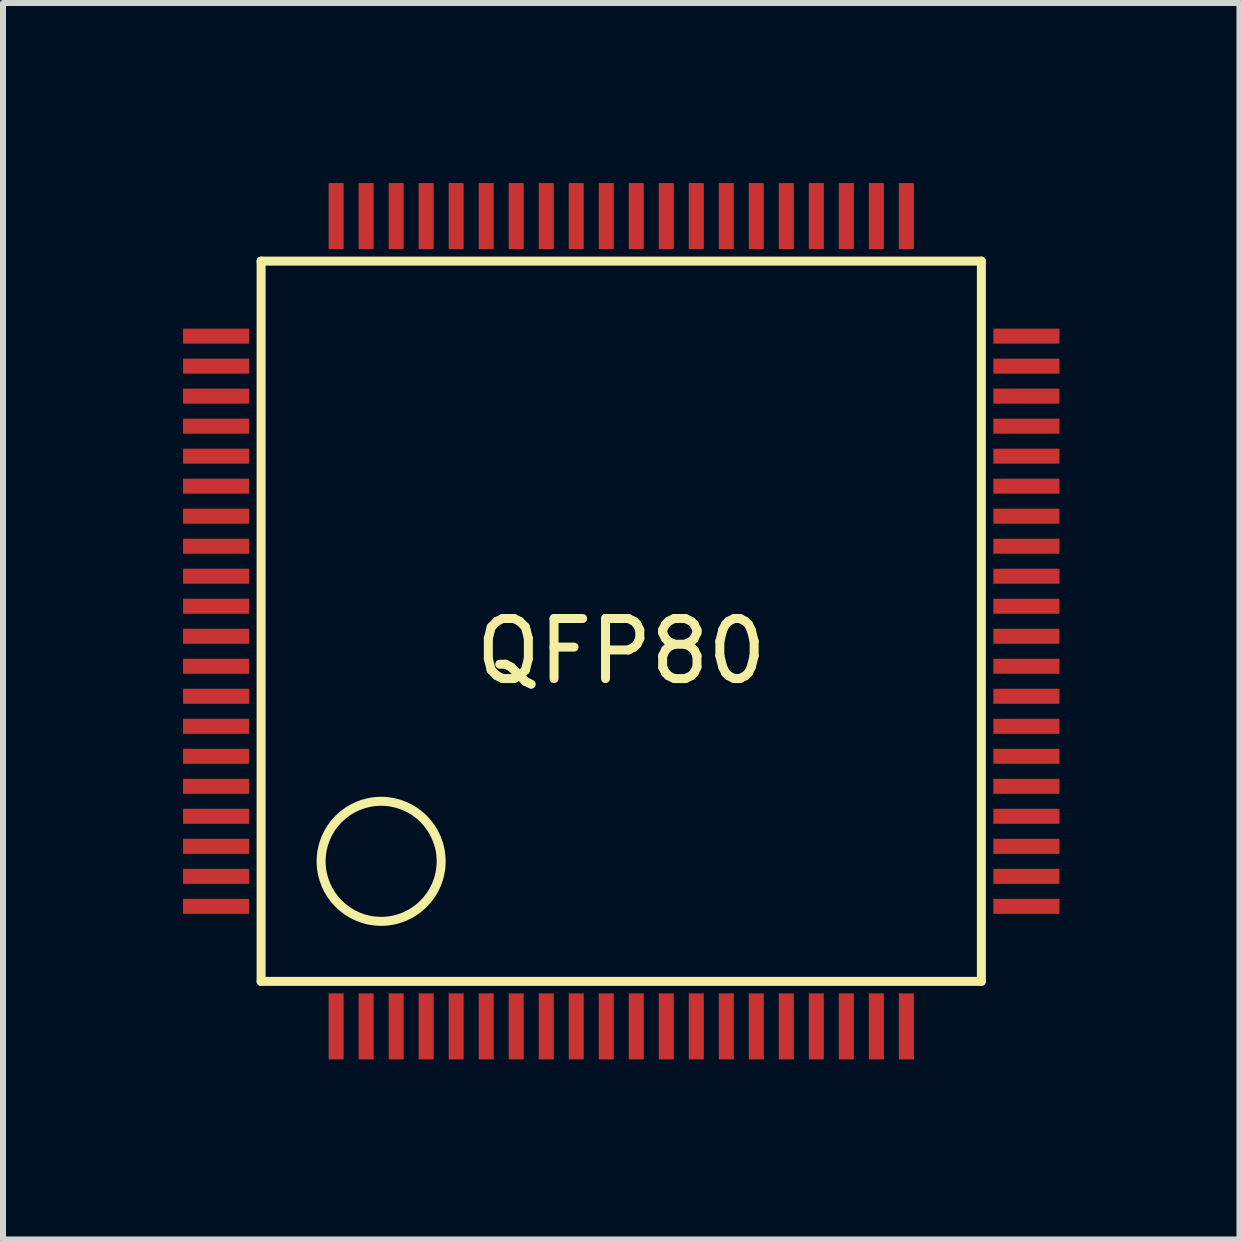
<source format=kicad_pcb>
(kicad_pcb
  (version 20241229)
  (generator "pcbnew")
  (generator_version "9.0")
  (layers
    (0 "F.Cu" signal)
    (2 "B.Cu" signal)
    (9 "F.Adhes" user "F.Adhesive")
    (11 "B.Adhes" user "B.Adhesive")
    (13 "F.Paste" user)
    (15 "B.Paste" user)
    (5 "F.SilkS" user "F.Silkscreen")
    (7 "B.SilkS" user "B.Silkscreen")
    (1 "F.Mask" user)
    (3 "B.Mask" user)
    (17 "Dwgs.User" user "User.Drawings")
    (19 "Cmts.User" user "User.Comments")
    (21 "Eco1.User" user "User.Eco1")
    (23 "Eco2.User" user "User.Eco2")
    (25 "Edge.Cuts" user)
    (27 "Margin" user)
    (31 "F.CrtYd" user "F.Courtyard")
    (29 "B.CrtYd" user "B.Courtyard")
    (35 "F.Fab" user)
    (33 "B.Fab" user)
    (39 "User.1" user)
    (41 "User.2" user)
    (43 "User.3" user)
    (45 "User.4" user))
  (footprint "QFP80"
    (layer "F.Cu")
    (at 7.3 7.3)
    (property "Reference" "QFP80" (at 0 0.5 0) (layer "F.SilkS") (effects (font (size 1 1) (thickness 0.15))))
    (attr through_hole)
    (fp_line (start -6 -6) (end 6 -6) (stroke (width 0.15) (type solid)) (layer "F.SilkS"))
    (fp_line (start -6 6) (end -6 -6) (stroke (width 0.15) (type solid)) (layer "F.SilkS"))
    (fp_line (start 6 -6) (end 6 6) (stroke (width 0.15) (type solid)) (layer "F.SilkS"))
    (fp_line (start 6 6) (end -6 6) (stroke (width 0.15) (type solid)) (layer "F.SilkS"))
    (fp_circle (center -4 4) (end -3 4) (stroke (width 0.15) (type solid)) (fill no) (layer "F.SilkS"))
    (pad "1" smd rect (at -4.75 6.75) (size 0.25 1.1) (layers "F.Cu" "F.Mask" "F.Paste"))
    (pad "2" smd rect (at -4.25 6.75) (size 0.25 1.1) (layers "F.Cu" "F.Mask" "F.Paste"))
    (pad "3" smd rect (at -3.75 6.75) (size 0.25 1.1) (layers "F.Cu" "F.Mask" "F.Paste"))
    (pad "4" smd rect (at -3.25 6.75) (size 0.25 1.1) (layers "F.Cu" "F.Mask" "F.Paste"))
    (pad "5" smd rect (at -2.75 6.75) (size 0.25 1.1) (layers "F.Cu" "F.Mask" "F.Paste"))
    (pad "6" smd rect (at -2.25 6.75) (size 0.25 1.1) (layers "F.Cu" "F.Mask" "F.Paste"))
    (pad "7" smd rect (at -1.75 6.75) (size 0.25 1.1) (layers "F.Cu" "F.Mask" "F.Paste"))
    (pad "8" smd rect (at -1.25 6.75) (size 0.25 1.1) (layers "F.Cu" "F.Mask" "F.Paste"))
    (pad "9" smd rect (at -0.75 6.75) (size 0.25 1.1) (layers "F.Cu" "F.Mask" "F.Paste"))
    (pad "10" smd rect (at -0.25 6.75) (size 0.25 1.1) (layers "F.Cu" "F.Mask" "F.Paste"))
    (pad "11" smd rect (at 0.25 6.75) (size 0.25 1.1) (layers "F.Cu" "F.Mask" "F.Paste"))
    (pad "12" smd rect (at 0.75 6.75) (size 0.25 1.1) (layers "F.Cu" "F.Mask" "F.Paste"))
    (pad "13" smd rect (at 1.25 6.75) (size 0.25 1.1) (layers "F.Cu" "F.Mask" "F.Paste"))
    (pad "14" smd rect (at 1.75 6.75) (size 0.25 1.1) (layers "F.Cu" "F.Mask" "F.Paste"))
    (pad "15" smd rect (at 2.25 6.75) (size 0.25 1.1) (layers "F.Cu" "F.Mask" "F.Paste"))
    (pad "16" smd rect (at 2.75 6.75) (size 0.25 1.1) (layers "F.Cu" "F.Mask" "F.Paste"))
    (pad "17" smd rect (at 3.25 6.75) (size 0.25 1.1) (layers "F.Cu" "F.Mask" "F.Paste"))
    (pad "18" smd rect (at 3.75 6.75) (size 0.25 1.1) (layers "F.Cu" "F.Mask" "F.Paste"))
    (pad "19" smd rect (at 4.25 6.75) (size 0.25 1.1) (layers "F.Cu" "F.Mask" "F.Paste"))
    (pad "20" smd rect (at 4.75 6.75) (size 0.25 1.1) (layers "F.Cu" "F.Mask" "F.Paste"))
    (pad "21" smd rect (at 6.75 4.75 90) (size 0.25 1.1) (layers "F.Cu" "F.Mask" "F.Paste"))
    (pad "22" smd rect (at 6.75 4.25 90) (size 0.25 1.1) (layers "F.Cu" "F.Mask" "F.Paste"))
    (pad "23" smd rect (at 6.75 3.75 90) (size 0.25 1.1) (layers "F.Cu" "F.Mask" "F.Paste"))
    (pad "24" smd rect (at 6.75 3.25 90) (size 0.25 1.1) (layers "F.Cu" "F.Mask" "F.Paste"))
    (pad "25" smd rect (at 6.75 2.75 90) (size 0.25 1.1) (layers "F.Cu" "F.Mask" "F.Paste"))
    (pad "26" smd rect (at 6.75 2.25 90) (size 0.25 1.1) (layers "F.Cu" "F.Mask" "F.Paste"))
    (pad "27" smd rect (at 6.75 1.75 90) (size 0.25 1.1) (layers "F.Cu" "F.Mask" "F.Paste"))
    (pad "28" smd rect (at 6.75 1.25 90) (size 0.25 1.1) (layers "F.Cu" "F.Mask" "F.Paste"))
    (pad "29" smd rect (at 6.75 0.75 90) (size 0.25 1.1) (layers "F.Cu" "F.Mask" "F.Paste"))
    (pad "30" smd rect (at 6.75 0.25 90) (size 0.25 1.1) (layers "F.Cu" "F.Mask" "F.Paste"))
    (pad "31" smd rect (at 6.75 -0.25 90) (size 0.25 1.1) (layers "F.Cu" "F.Mask" "F.Paste"))
    (pad "32" smd rect (at 6.75 -0.75 90) (size 0.25 1.1) (layers "F.Cu" "F.Mask" "F.Paste"))
    (pad "33" smd rect (at 6.75 -1.25 90) (size 0.25 1.1) (layers "F.Cu" "F.Mask" "F.Paste"))
    (pad "34" smd rect (at 6.75 -1.75 90) (size 0.25 1.1) (layers "F.Cu" "F.Mask" "F.Paste"))
    (pad "35" smd rect (at 6.75 -2.25 90) (size 0.25 1.1) (layers "F.Cu" "F.Mask" "F.Paste"))
    (pad "36" smd rect (at 6.75 -2.75 90) (size 0.25 1.1) (layers "F.Cu" "F.Mask" "F.Paste"))
    (pad "37" smd rect (at 6.75 -3.25 90) (size 0.25 1.1) (layers "F.Cu" "F.Mask" "F.Paste"))
    (pad "38" smd rect (at 6.75 -3.75 90) (size 0.25 1.1) (layers "F.Cu" "F.Mask" "F.Paste"))
    (pad "39" smd rect (at 6.75 -4.25 90) (size 0.25 1.1) (layers "F.Cu" "F.Mask" "F.Paste"))
    (pad "40" smd rect (at 6.75 -4.75 90) (size 0.25 1.1) (layers "F.Cu" "F.Mask" "F.Paste"))
    (pad "41" smd rect (at 4.75 -6.75) (size 0.25 1.1) (layers "F.Cu" "F.Mask" "F.Paste"))
    (pad "42" smd rect (at 4.25 -6.75) (size 0.25 1.1) (layers "F.Cu" "F.Mask" "F.Paste"))
    (pad "43" smd rect (at 3.75 -6.75) (size 0.25 1.1) (layers "F.Cu" "F.Mask" "F.Paste"))
    (pad "44" smd rect (at 3.25 -6.75) (size 0.25 1.1) (layers "F.Cu" "F.Mask" "F.Paste"))
    (pad "45" smd rect (at 2.75 -6.75) (size 0.25 1.1) (layers "F.Cu" "F.Mask" "F.Paste"))
    (pad "46" smd rect (at 2.25 -6.75) (size 0.25 1.1) (layers "F.Cu" "F.Mask" "F.Paste"))
    (pad "47" smd rect (at 1.75 -6.75) (size 0.25 1.1) (layers "F.Cu" "F.Mask" "F.Paste"))
    (pad "48" smd rect (at 1.25 -6.75) (size 0.25 1.1) (layers "F.Cu" "F.Mask" "F.Paste"))
    (pad "49" smd rect (at 0.75 -6.75) (size 0.25 1.1) (layers "F.Cu" "F.Mask" "F.Paste"))
    (pad "50" smd rect (at 0.25 -6.75) (size 0.25 1.1) (layers "F.Cu" "F.Mask" "F.Paste"))
    (pad "51" smd rect (at -0.25 -6.75) (size 0.25 1.1) (layers "F.Cu" "F.Mask" "F.Paste"))
    (pad "52" smd rect (at -0.75 -6.75) (size 0.25 1.1) (layers "F.Cu" "F.Mask" "F.Paste"))
    (pad "53" smd rect (at -1.25 -6.75) (size 0.25 1.1) (layers "F.Cu" "F.Mask" "F.Paste"))
    (pad "54" smd rect (at -1.75 -6.75) (size 0.25 1.1) (layers "F.Cu" "F.Mask" "F.Paste"))
    (pad "55" smd rect (at -2.25 -6.75) (size 0.25 1.1) (layers "F.Cu" "F.Mask" "F.Paste"))
    (pad "56" smd rect (at -2.75 -6.75) (size 0.25 1.1) (layers "F.Cu" "F.Mask" "F.Paste"))
    (pad "57" smd rect (at -3.25 -6.75) (size 0.25 1.1) (layers "F.Cu" "F.Mask" "F.Paste"))
    (pad "58" smd rect (at -3.75 -6.75) (size 0.25 1.1) (layers "F.Cu" "F.Mask" "F.Paste"))
    (pad "59" smd rect (at -4.25 -6.75) (size 0.25 1.1) (layers "F.Cu" "F.Mask" "F.Paste"))
    (pad "60" smd rect (at -4.75 -6.75) (size 0.25 1.1) (layers "F.Cu" "F.Mask" "F.Paste"))
    (pad "61" smd rect (at -6.75 -4.75 90) (size 0.25 1.1) (layers "F.Cu" "F.Mask" "F.Paste"))
    (pad "62" smd rect (at -6.75 -4.25 90) (size 0.25 1.1) (layers "F.Cu" "F.Mask" "F.Paste"))
    (pad "63" smd rect (at -6.75 -3.75 90) (size 0.25 1.1) (layers "F.Cu" "F.Mask" "F.Paste"))
    (pad "64" smd rect (at -6.75 -3.25 90) (size 0.25 1.1) (layers "F.Cu" "F.Mask" "F.Paste"))
    (pad "65" smd rect (at -6.75 -2.75 90) (size 0.25 1.1) (layers "F.Cu" "F.Mask" "F.Paste"))
    (pad "66" smd rect (at -6.75 -2.25 90) (size 0.25 1.1) (layers "F.Cu" "F.Mask" "F.Paste"))
    (pad "67" smd rect (at -6.75 -1.75 90) (size 0.25 1.1) (layers "F.Cu" "F.Mask" "F.Paste"))
    (pad "68" smd rect (at -6.75 -1.25 90) (size 0.25 1.1) (layers "F.Cu" "F.Mask" "F.Paste"))
    (pad "69" smd rect (at -6.75 -0.75 90) (size 0.25 1.1) (layers "F.Cu" "F.Mask" "F.Paste"))
    (pad "70" smd rect (at -6.75 -0.25 90) (size 0.25 1.1) (layers "F.Cu" "F.Mask" "F.Paste"))
    (pad "71" smd rect (at -6.75 0.25 90) (size 0.25 1.1) (layers "F.Cu" "F.Mask" "F.Paste"))
    (pad "72" smd rect (at -6.75 0.75 90) (size 0.25 1.1) (layers "F.Cu" "F.Mask" "F.Paste"))
    (pad "73" smd rect (at -6.75 1.25 90) (size 0.25 1.1) (layers "F.Cu" "F.Mask" "F.Paste"))
    (pad "74" smd rect (at -6.75 1.75 90) (size 0.25 1.1) (layers "F.Cu" "F.Mask" "F.Paste"))
    (pad "75" smd rect (at -6.75 2.25 90) (size 0.25 1.1) (layers "F.Cu" "F.Mask" "F.Paste"))
    (pad "76" smd rect (at -6.75 2.75 90) (size 0.25 1.1) (layers "F.Cu" "F.Mask" "F.Paste"))
    (pad "77" smd rect (at -6.75 3.25 90) (size 0.25 1.1) (layers "F.Cu" "F.Mask" "F.Paste"))
    (pad "78" smd rect (at -6.75 3.75 90) (size 0.25 1.1) (layers "F.Cu" "F.Mask" "F.Paste"))
    (pad "79" smd rect (at -6.75 4.25 90) (size 0.25 1.1) (layers "F.Cu" "F.Mask" "F.Paste"))
    (pad "80" smd rect (at -6.75 4.75 90) (size 0.25 1.1) (layers "F.Cu" "F.Mask" "F.Paste")))
  (gr_rect
    (start -3 -3)
    (end 17.6 17.6)
    (stroke (width 0.1) (type default))
    (fill no)
    (layer "Edge.Cuts")))
</source>
